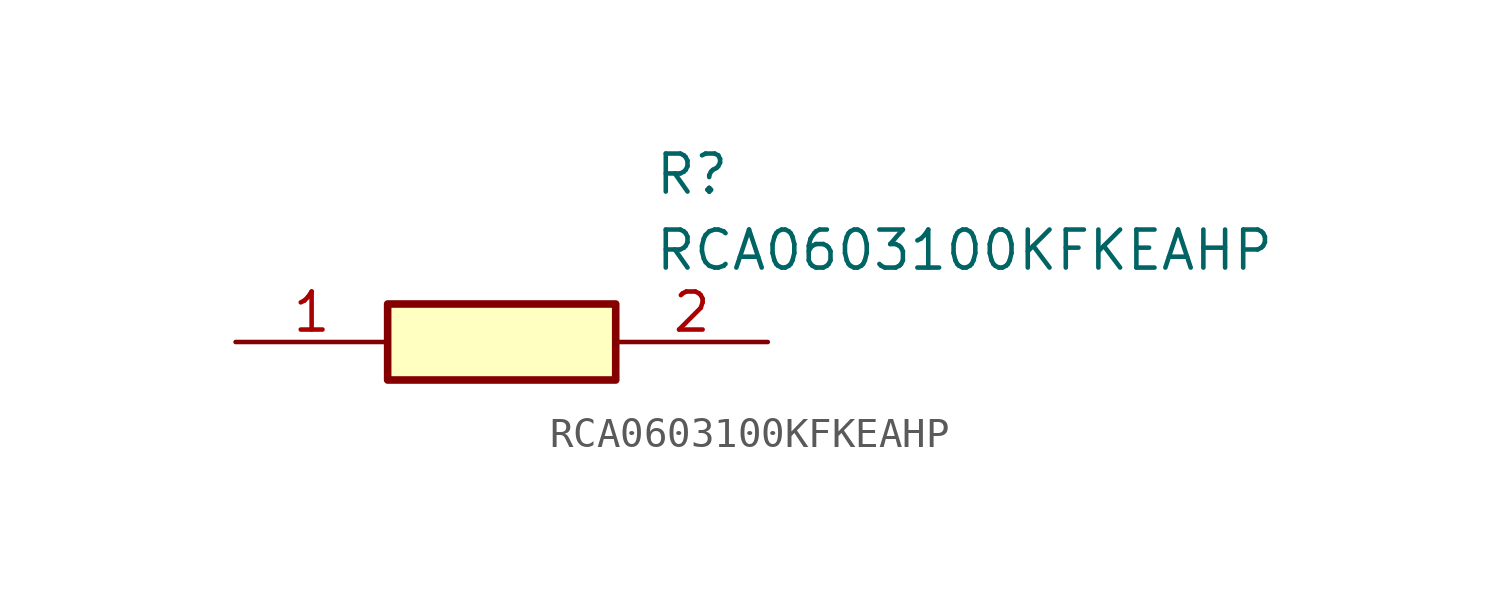
<source format=kicad_sym>
(kicad_symbol_lib
  (version 20211014)
  (generator SamacSys_ECAD_Model)
  (symbol "RCA0603100KFKEAHP"
    (pin_names hide)
    (property "Reference" "R"
      (at 13.97 6.35 0)
      (effects (font (size 1.27 1.27)) (justify left top)))
    (property "Value" "RCA0603100KFKEAHP"
      (at 13.97 3.81 0)
      (effects (font (size 1.27 1.27)) (justify left top)))
    (rectangle
      (start 5.08 1.27)
      (end 12.7 -1.27)
      (stroke (width 0.254) (type default))
      (fill (type background)))
    (pin passive line
      (at 0 0 0)
      (length 5.08)
      (name "1" (effects (font (size 1.27 1.27))))
      (number "1" (effects (font (size 1.27 1.27)))))
    (pin passive line
      (at 17.78 0 180)
      (length 5.08)
      (name "2" (effects (font (size 1.27 1.27))))
      (number "2" (effects (font (size 1.27 1.27)))))))
</source>
